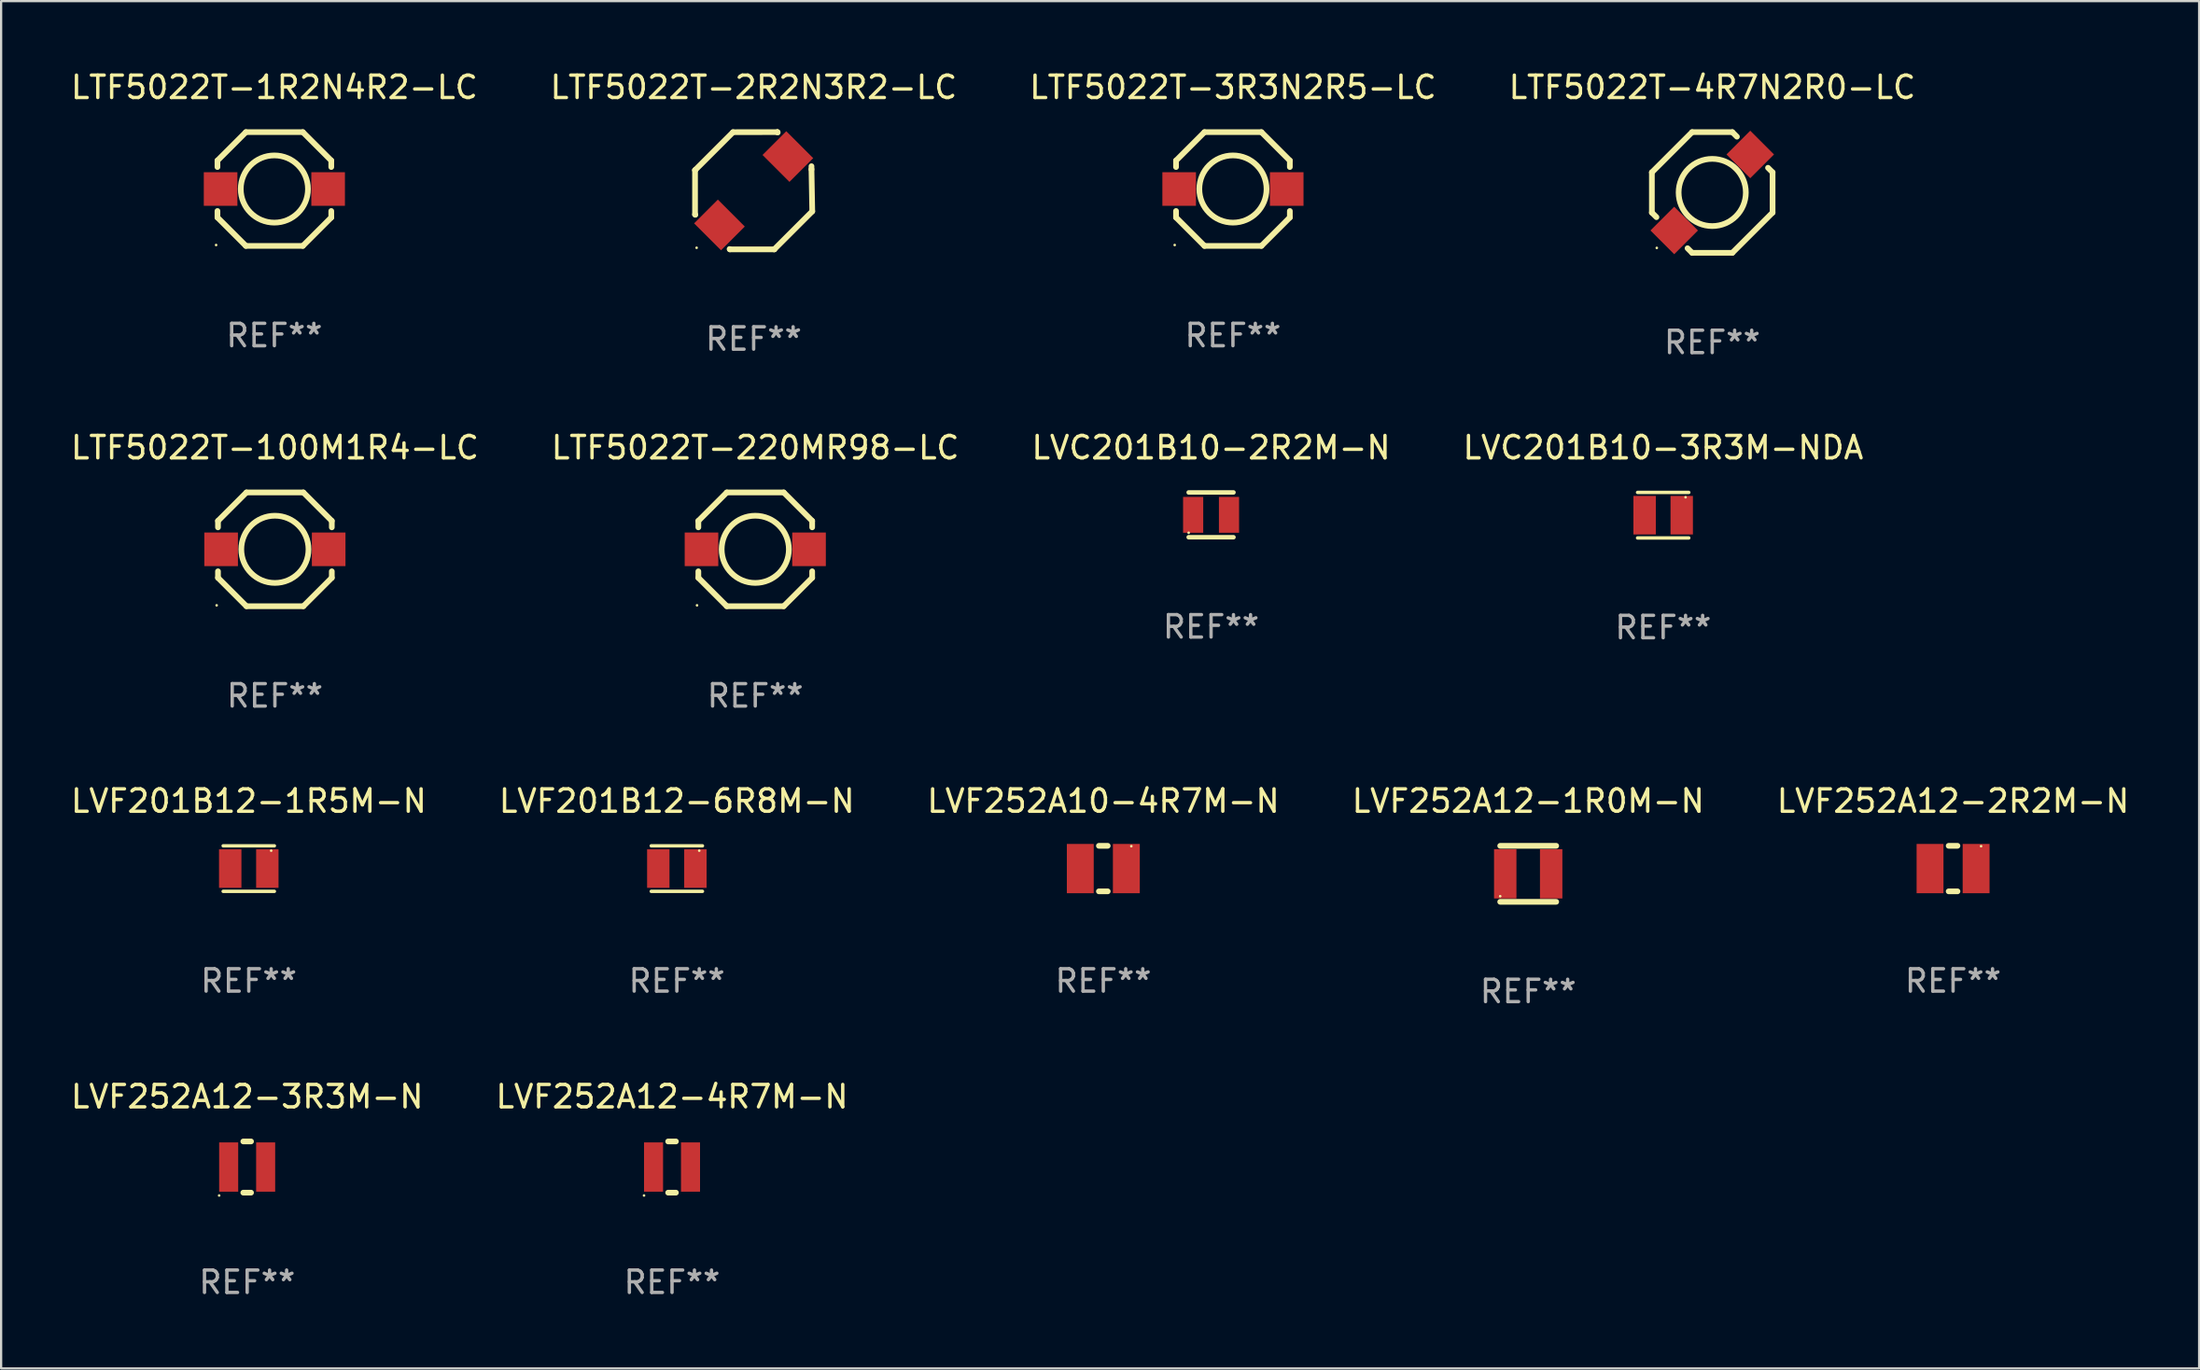
<source format=kicad_pcb>
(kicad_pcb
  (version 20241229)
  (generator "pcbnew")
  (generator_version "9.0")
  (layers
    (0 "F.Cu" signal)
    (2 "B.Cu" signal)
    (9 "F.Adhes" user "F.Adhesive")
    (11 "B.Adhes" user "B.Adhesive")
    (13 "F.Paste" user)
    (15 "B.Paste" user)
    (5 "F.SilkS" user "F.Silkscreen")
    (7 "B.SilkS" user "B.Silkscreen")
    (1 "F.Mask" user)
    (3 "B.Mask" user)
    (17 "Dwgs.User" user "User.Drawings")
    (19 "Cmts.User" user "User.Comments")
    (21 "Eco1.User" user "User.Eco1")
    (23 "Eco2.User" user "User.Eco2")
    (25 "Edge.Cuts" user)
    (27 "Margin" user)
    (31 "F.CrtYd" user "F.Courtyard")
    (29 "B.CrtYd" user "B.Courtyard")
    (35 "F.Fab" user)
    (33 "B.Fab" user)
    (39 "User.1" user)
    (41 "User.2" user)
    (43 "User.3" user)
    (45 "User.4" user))
  (footprint "LVF201B12-6R8M-N"
    (layer "F.Cu")
    (at 27.161 35.725)
    (property "Reference" "LVF201B12-6R8M-N" (at 0 -3.016 0) (layer "F.SilkS") (effects (font (size 1 1) (thickness 0.15))))
    (attr through_hole)
    (fp_line (start -1.143 -1.016) (end 1.143 -1.016) (stroke (width 0.152) (type solid)) (layer "F.SilkS"))
    (fp_line (start 1.143 1.016) (end -1.143 1.016) (stroke (width 0.152) (type solid)) (layer "F.SilkS"))
    (fp_circle (center 1 -0.8) (end 1.03 -0.8) (stroke (width 0.06) (type solid)) (fill no) (layer "F.SilkS"))
    (fp_text user "REF**" (at 0 5.016 0) (layer "F.Fab") (effects (font (size 1 1) (thickness 0.15))))
    (pad "1" smd rect (at 0.828 0) (size 1 1.72) (layers "F.Cu" "F.Mask" "F.Paste"))
    (pad "2" smd rect (at -0.828 0) (size 1 1.72) (layers "F.Cu" "F.Mask" "F.Paste")))
  (footprint "LVF252A12-4R7M-N"
    (layer "F.Cu")
    (at 26.946 49.049)
    (property "Reference" "LVF252A12-4R7M-N" (at 0 -3.143 0) (layer "F.SilkS") (effects (font (size 1 1) (thickness 0.15))))
    (attr through_hole)
    (fp_line (start -0.173 -1.143) (end 0.173 -1.143) (stroke (width 0.254) (type solid)) (layer "F.SilkS"))
    (fp_line (start -0.173 1.143) (end 0.173 1.143) (stroke (width 0.254) (type solid)) (layer "F.SilkS"))
    (fp_circle (center -1.25 1.27) (end -1.22 1.27) (stroke (width 0.06) (type solid)) (fill no) (layer "F.SilkS"))
    (fp_text user "REF**" (at 0 5.143 0) (layer "F.Fab") (effects (font (size 1 1) (thickness 0.15))))
    (pad "1" smd rect (at -0.825 0) (size 0.85 2.2) (layers "F.Cu" "F.Mask" "F.Paste"))
    (pad "2" smd rect (at 0.825 0) (size 0.85 2.2) (layers "F.Cu" "F.Mask" "F.Paste")))
  (footprint "LTF5022T-220MR98-LC"
    (layer "F.Cu")
    (at 30.661 21.473)
    (property "Reference" "LTF5022T-220MR98-LC" (at 0 -4.54 0) (layer "F.SilkS") (effects (font (size 1 1) (thickness 0.15))))
    (attr through_hole)
    (fp_line (start -2.54 -1.27) (end -1.27 -2.54) (stroke (width 0.254) (type solid)) (layer "F.SilkS"))
    (fp_line (start -2.54 -0.981) (end -2.54 -1.27) (stroke (width 0.254) (type solid)) (layer "F.SilkS"))
    (fp_line (start -2.54 1.27) (end -2.54 0.981) (stroke (width 0.254) (type solid)) (layer "F.SilkS"))
    (fp_line (start -1.27 -2.54) (end 1.27 -2.54) (stroke (width 0.254) (type solid)) (layer "F.SilkS"))
    (fp_line (start -1.27 2.54) (end -2.54 1.27) (stroke (width 0.254) (type solid)) (layer "F.SilkS"))
    (fp_line (start 1.27 -2.54) (end 2.54 -1.27) (stroke (width 0.254) (type solid)) (layer "F.SilkS"))
    (fp_line (start 1.27 2.54) (end -1.27 2.54) (stroke (width 0.254) (type solid)) (layer "F.SilkS"))
    (fp_line (start 2.54 -1.27) (end 2.54 -0.981) (stroke (width 0.254) (type solid)) (layer "F.SilkS"))
    (fp_line (start 2.54 0.981) (end 2.54 1.27) (stroke (width 0.254) (type solid)) (layer "F.SilkS"))
    (fp_line (start 2.54 1.27) (end 1.27 2.54) (stroke (width 0.254) (type solid)) (layer "F.SilkS"))
    (fp_circle (center -2.6 2.5) (end -2.57 2.5) (stroke (width 0.06) (type solid)) (fill no) (layer "F.SilkS"))
    (fp_circle (center 0.000076 0) (end 1.5 0) (stroke (width 0.254) (type solid)) (fill no) (layer "F.SilkS"))
    (fp_text user "REF**" (at 0 6.54 0) (layer "F.Fab") (effects (font (size 1 1) (thickness 0.15))))
    (pad "1" smd rect (at -2.4 0) (size 1.5 1.5) (layers "F.Cu" "F.Mask" "F.Paste"))
    (pad "2" smd rect (at 2.4 0) (size 1.5 1.5) (layers "F.Cu" "F.Mask" "F.Paste")))
  (footprint "LVF252A10-4R7M-N"
    (layer "F.Cu")
    (at 46.196 35.725)
    (property "Reference" "LVF252A10-4R7M-N" (at 0 -3.016 0) (layer "F.SilkS") (effects (font (size 1 1) (thickness 0.15))))
    (attr through_hole)
    (fp_line (start -0.197 1.016) (end 0.197 1.016) (stroke (width 0.254) (type solid)) (layer "F.SilkS"))
    (fp_line (start 0.197 -1.016) (end -0.197 -1.016) (stroke (width 0.254) (type solid)) (layer "F.SilkS"))
    (fp_circle (center 1.25 -1) (end 1.28 -1) (stroke (width 0.06) (type solid)) (fill no) (layer "F.SilkS"))
    (fp_text user "REF**" (at 0 5.016 0) (layer "F.Fab") (effects (font (size 1 1) (thickness 0.15))))
    (pad "1" smd rect (at 1.028 0) (size 1.2 2.2) (layers "F.Cu" "F.Mask" "F.Paste"))
    (pad "2" smd rect (at -1.028 0) (size 1.2 2.2) (layers "F.Cu" "F.Mask" "F.Paste")))
  (footprint "LVC201B10-2R2M-N"
    (layer "F.Cu")
    (at 51.006 19.933)
    (property "Reference" "LVC201B10-2R2M-N" (at 0 -3 0) (layer "F.SilkS") (effects (font (size 1 1) (thickness 0.15))))
    (attr through_hole)
    (fp_line (start -1 -1) (end 1 -1) (stroke (width 0.2) (type solid)) (layer "F.SilkS"))
    (fp_line (start -1 1) (end 1 1) (stroke (width 0.2) (type solid)) (layer "F.SilkS"))
    (fp_circle (center -1 0.8) (end -0.97 0.8) (stroke (width 0.06) (type solid)) (fill no) (layer "F.SilkS"))
    (fp_text user "REF**" (at 0 5 0) (layer "F.Fab") (effects (font (size 1 1) (thickness 0.15))))
    (pad "1" smd rect (at -0.8 0) (size 0.9 1.6) (layers "F.Cu" "F.Mask" "F.Paste"))
    (pad "2" smd rect (at 0.8 0) (size 0.9 1.6) (layers "F.Cu" "F.Mask" "F.Paste")))
  (footprint "LVF252A12-3R3M-N"
    (layer "F.Cu")
    (at 7.982 49.049)
    (property "Reference" "LVF252A12-3R3M-N" (at 0 -3.143 0) (layer "F.SilkS") (effects (font (size 1 1) (thickness 0.15))))
    (attr through_hole)
    (fp_line (start -0.173 -1.143) (end 0.173 -1.143) (stroke (width 0.254) (type solid)) (layer "F.SilkS"))
    (fp_line (start -0.173 1.143) (end 0.173 1.143) (stroke (width 0.254) (type solid)) (layer "F.SilkS"))
    (fp_circle (center -1.25 1.27) (end -1.22 1.27) (stroke (width 0.06) (type solid)) (fill no) (layer "F.SilkS"))
    (fp_text user "REF**" (at 0 5.143 0) (layer "F.Fab") (effects (font (size 1 1) (thickness 0.15))))
    (pad "1" smd rect (at -0.825 0) (size 0.85 2.2) (layers "F.Cu" "F.Mask" "F.Paste"))
    (pad "2" smd rect (at 0.825 0) (size 0.85 2.2) (layers "F.Cu" "F.Mask" "F.Paste")))
  (footprint "LTF5022T-1R2N4R2-LC"
    (layer "F.Cu")
    (at 9.196 5.388)
    (property "Reference" "LTF5022T-1R2N4R2-LC" (at 0 -4.54 0) (layer "F.SilkS") (effects (font (size 1 1) (thickness 0.15))))
    (attr through_hole)
    (fp_line (start -2.54 -1.27) (end -1.27 -2.54) (stroke (width 0.254) (type solid)) (layer "F.SilkS"))
    (fp_line (start -2.54 -0.981) (end -2.54 -1.27) (stroke (width 0.254) (type solid)) (layer "F.SilkS"))
    (fp_line (start -2.54 1.27) (end -2.54 0.981) (stroke (width 0.254) (type solid)) (layer "F.SilkS"))
    (fp_line (start -1.27 -2.54) (end 1.27 -2.54) (stroke (width 0.254) (type solid)) (layer "F.SilkS"))
    (fp_line (start -1.27 2.54) (end -2.54 1.27) (stroke (width 0.254) (type solid)) (layer "F.SilkS"))
    (fp_line (start 1.27 -2.54) (end 2.54 -1.27) (stroke (width 0.254) (type solid)) (layer "F.SilkS"))
    (fp_line (start 1.27 2.54) (end -1.27 2.54) (stroke (width 0.254) (type solid)) (layer "F.SilkS"))
    (fp_line (start 2.54 -1.27) (end 2.54 -0.981) (stroke (width 0.254) (type solid)) (layer "F.SilkS"))
    (fp_line (start 2.54 0.981) (end 2.54 1.27) (stroke (width 0.254) (type solid)) (layer "F.SilkS"))
    (fp_line (start 2.54 1.27) (end 1.27 2.54) (stroke (width 0.254) (type solid)) (layer "F.SilkS"))
    (fp_circle (center -2.6 2.5) (end -2.57 2.5) (stroke (width 0.06) (type solid)) (fill no) (layer "F.SilkS"))
    (fp_circle (center 0.000076 0) (end 1.5 0) (stroke (width 0.254) (type solid)) (fill no) (layer "F.SilkS"))
    (fp_text user "REF**" (at 0 6.54 0) (layer "F.Fab") (effects (font (size 1 1) (thickness 0.15))))
    (pad "1" smd rect (at -2.4 0) (size 1.5 1.5) (layers "F.Cu" "F.Mask" "F.Paste"))
    (pad "2" smd rect (at 2.4 0) (size 1.5 1.5) (layers "F.Cu" "F.Mask" "F.Paste")))
  (footprint "LTF5022T-100M1R4-LC"
    (layer "F.Cu")
    (at 9.22 21.473)
    (property "Reference" "LTF5022T-100M1R4-LC" (at 0 -4.54 0) (layer "F.SilkS") (effects (font (size 1 1) (thickness 0.15))))
    (attr through_hole)
    (fp_line (start -2.54 -1.27) (end -1.27 -2.54) (stroke (width 0.254) (type solid)) (layer "F.SilkS"))
    (fp_line (start -2.54 -0.981) (end -2.54 -1.27) (stroke (width 0.254) (type solid)) (layer "F.SilkS"))
    (fp_line (start -2.54 1.27) (end -2.54 0.981) (stroke (width 0.254) (type solid)) (layer "F.SilkS"))
    (fp_line (start -1.27 -2.54) (end 1.27 -2.54) (stroke (width 0.254) (type solid)) (layer "F.SilkS"))
    (fp_line (start -1.27 2.54) (end -2.54 1.27) (stroke (width 0.254) (type solid)) (layer "F.SilkS"))
    (fp_line (start 1.27 -2.54) (end 2.54 -1.27) (stroke (width 0.254) (type solid)) (layer "F.SilkS"))
    (fp_line (start 1.27 2.54) (end -1.27 2.54) (stroke (width 0.254) (type solid)) (layer "F.SilkS"))
    (fp_line (start 2.54 -1.27) (end 2.54 -0.981) (stroke (width 0.254) (type solid)) (layer "F.SilkS"))
    (fp_line (start 2.54 0.981) (end 2.54 1.27) (stroke (width 0.254) (type solid)) (layer "F.SilkS"))
    (fp_line (start 2.54 1.27) (end 1.27 2.54) (stroke (width 0.254) (type solid)) (layer "F.SilkS"))
    (fp_circle (center -2.6 2.5) (end -2.57 2.5) (stroke (width 0.06) (type solid)) (fill no) (layer "F.SilkS"))
    (fp_circle (center 0.000076 0) (end 1.5 0) (stroke (width 0.254) (type solid)) (fill no) (layer "F.SilkS"))
    (fp_text user "REF**" (at 0 6.54 0) (layer "F.Fab") (effects (font (size 1 1) (thickness 0.15))))
    (pad "1" smd rect (at -2.4 0) (size 1.5 1.5) (layers "F.Cu" "F.Mask" "F.Paste"))
    (pad "2" smd rect (at 2.4 0) (size 1.5 1.5) (layers "F.Cu" "F.Mask" "F.Paste")))
  (footprint "LTF5022T-3R3N2R5-LC"
    (layer "F.Cu")
    (at 51.982 5.388)
    (property "Reference" "LTF5022T-3R3N2R5-LC" (at 0 -4.54 0) (layer "F.SilkS") (effects (font (size 1 1) (thickness 0.15))))
    (attr through_hole)
    (fp_line (start -2.54 -1.27) (end -1.27 -2.54) (stroke (width 0.254) (type solid)) (layer "F.SilkS"))
    (fp_line (start -2.54 -0.981) (end -2.54 -1.27) (stroke (width 0.254) (type solid)) (layer "F.SilkS"))
    (fp_line (start -2.54 1.27) (end -2.54 0.981) (stroke (width 0.254) (type solid)) (layer "F.SilkS"))
    (fp_line (start -1.27 -2.54) (end 1.27 -2.54) (stroke (width 0.254) (type solid)) (layer "F.SilkS"))
    (fp_line (start -1.27 2.54) (end -2.54 1.27) (stroke (width 0.254) (type solid)) (layer "F.SilkS"))
    (fp_line (start 1.27 -2.54) (end 2.54 -1.27) (stroke (width 0.254) (type solid)) (layer "F.SilkS"))
    (fp_line (start 1.27 2.54) (end -1.27 2.54) (stroke (width 0.254) (type solid)) (layer "F.SilkS"))
    (fp_line (start 2.54 -1.27) (end 2.54 -0.981) (stroke (width 0.254) (type solid)) (layer "F.SilkS"))
    (fp_line (start 2.54 0.981) (end 2.54 1.27) (stroke (width 0.254) (type solid)) (layer "F.SilkS"))
    (fp_line (start 2.54 1.27) (end 1.27 2.54) (stroke (width 0.254) (type solid)) (layer "F.SilkS"))
    (fp_circle (center -2.6 2.5) (end -2.57 2.5) (stroke (width 0.06) (type solid)) (fill no) (layer "F.SilkS"))
    (fp_circle (center 0.000076 0) (end 1.5 0) (stroke (width 0.254) (type solid)) (fill no) (layer "F.SilkS"))
    (fp_text user "REF**" (at 0 6.54 0) (layer "F.Fab") (effects (font (size 1 1) (thickness 0.15))))
    (pad "1" smd rect (at -2.4 0) (size 1.5 1.5) (layers "F.Cu" "F.Mask" "F.Paste"))
    (pad "2" smd rect (at 2.4 0) (size 1.5 1.5) (layers "F.Cu" "F.Mask" "F.Paste")))
  (footprint "LVF201B12-1R5M-N"
    (layer "F.Cu")
    (at 8.054 35.725)
    (property "Reference" "LVF201B12-1R5M-N" (at 0 -3.016 0) (layer "F.SilkS") (effects (font (size 1 1) (thickness 0.15))))
    (attr through_hole)
    (fp_line (start -1.143 -1.016) (end 1.143 -1.016) (stroke (width 0.152) (type solid)) (layer "F.SilkS"))
    (fp_line (start 1.143 1.016) (end -1.143 1.016) (stroke (width 0.152) (type solid)) (layer "F.SilkS"))
    (fp_circle (center 1 -0.8) (end 1.03 -0.8) (stroke (width 0.06) (type solid)) (fill no) (layer "F.SilkS"))
    (fp_text user "REF**" (at 0 5.016 0) (layer "F.Fab") (effects (font (size 1 1) (thickness 0.15))))
    (pad "1" smd rect (at 0.828 0) (size 1 1.72) (layers "F.Cu" "F.Mask" "F.Paste"))
    (pad "2" smd rect (at -0.828 0) (size 1 1.72) (layers "F.Cu" "F.Mask" "F.Paste")))
  (footprint "LVF252A12-2R2M-N"
    (layer "F.Cu")
    (at 84.125 35.725)
    (property "Reference" "LVF252A12-2R2M-N" (at 0 -3.016 0) (layer "F.SilkS") (effects (font (size 1 1) (thickness 0.15))))
    (attr through_hole)
    (fp_line (start -0.197 1.016) (end 0.197 1.016) (stroke (width 0.254) (type solid)) (layer "F.SilkS"))
    (fp_line (start 0.197 -1.016) (end -0.197 -1.016) (stroke (width 0.254) (type solid)) (layer "F.SilkS"))
    (fp_circle (center 1.25 -1) (end 1.28 -1) (stroke (width 0.06) (type solid)) (fill no) (layer "F.SilkS"))
    (fp_text user "REF**" (at 0 5.016 0) (layer "F.Fab") (effects (font (size 1 1) (thickness 0.15))))
    (pad "1" smd rect (at 1.028 0) (size 1.2 2.2) (layers "F.Cu" "F.Mask" "F.Paste"))
    (pad "2" smd rect (at -1.028 0) (size 1.2 2.2) (layers "F.Cu" "F.Mask" "F.Paste")))
  (footprint "LVF252A12-1R0M-N"
    (layer "F.Cu")
    (at 65.161 35.959)
    (property "Reference" "LVF252A12-1R0M-N" (at 0 -3.25 0) (layer "F.SilkS") (effects (font (size 1 1) (thickness 0.15))))
    (attr through_hole)
    (fp_line (start -1.25 -1.25) (end 1.25 -1.25) (stroke (width 0.254) (type solid)) (layer "F.SilkS"))
    (fp_line (start -1.25 1.25) (end 1.25 1.25) (stroke (width 0.254) (type solid)) (layer "F.SilkS"))
    (fp_circle (center -1.25 1) (end -1.22 1) (stroke (width 0.06) (type solid)) (fill no) (layer "F.SilkS"))
    (fp_text user "REF**" (at 0 5.25 0) (layer "F.Fab") (effects (font (size 1 1) (thickness 0.15))))
    (pad "1" smd rect (at -1.025 0) (size 1 2.2) (layers "F.Cu" "F.Mask" "F.Paste"))
    (pad "2" smd rect (at 1.025 0) (size 1 2.2) (layers "F.Cu" "F.Mask" "F.Paste")))
  (footprint "LTF5022T-4R7N2R0-LC"
    (layer "F.Cu")
    (at 73.375 5.542)
    (property "Reference" "LTF5022T-4R7N2R0-LC" (at 0 -4.694 0) (layer "F.SilkS") (effects (font (size 1 1) (thickness 0.15))))
    (attr through_hole)
    (fp_line (start -2.694 -0.898) (end -0.898 -2.694) (stroke (width 0.254) (type solid)) (layer "F.SilkS"))
    (fp_line (start -2.694 0.898) (end -2.694 -0.898) (stroke (width 0.254) (type solid)) (layer "F.SilkS"))
    (fp_line (start -2.49 1.102) (end -2.694 0.898) (stroke (width 0.254) (type solid)) (layer "F.SilkS"))
    (fp_line (start -0.898 -2.694) (end 0.898 -2.694) (stroke (width 0.254) (type solid)) (layer "F.SilkS"))
    (fp_line (start -0.898 2.694) (end -1.102 2.49) (stroke (width 0.254) (type solid)) (layer "F.SilkS"))
    (fp_line (start 0.898 -2.694) (end 1.102 -2.49) (stroke (width 0.254) (type solid)) (layer "F.SilkS"))
    (fp_line (start 0.898 2.694) (end -0.898 2.694) (stroke (width 0.254) (type solid)) (layer "F.SilkS"))
    (fp_line (start 2.49 -1.102) (end 2.694 -0.898) (stroke (width 0.254) (type solid)) (layer "F.SilkS"))
    (fp_line (start 2.694 -0.898) (end 2.694 0.898) (stroke (width 0.254) (type solid)) (layer "F.SilkS"))
    (fp_line (start 2.694 0.898) (end 0.898 2.694) (stroke (width 0.254) (type solid)) (layer "F.SilkS"))
    (fp_circle (center -2.475 2.475) (end -2.445 2.475) (stroke (width 0.06) (type solid)) (fill no) (layer "F.SilkS"))
    (fp_circle (center 0.000025 -0.000025) (end 1.5 -0.000025) (stroke (width 0.254) (type solid)) (fill no) (layer "F.SilkS"))
    (fp_text user "REF**" (at 0 6.694 0) (layer "F.Fab") (effects (font (size 1 1) (thickness 0.15))))
    (pad "1" smd rect (at -1.697 1.697 45) (size 1.5 1.5) (layers "F.Cu" "F.Mask" "F.Paste"))
    (pad "2" smd rect (at 1.697 -1.697 45) (size 1.5 1.5) (layers "F.Cu" "F.Mask" "F.Paste")))
  (footprint "LVC201B10-3R3M-NDA"
    (layer "F.Cu")
    (at 71.185 19.949)
    (property "Reference" "LVC201B10-3R3M-NDA" (at 0 -3.016 0) (layer "F.SilkS") (effects (font (size 1 1) (thickness 0.15))))
    (attr through_hole)
    (fp_line (start -1.143 -1.016) (end 1.143 -1.016) (stroke (width 0.152) (type solid)) (layer "F.SilkS"))
    (fp_line (start 1.143 1.016) (end -1.143 1.016) (stroke (width 0.152) (type solid)) (layer "F.SilkS"))
    (fp_circle (center 1 -0.8) (end 1.03 -0.8) (stroke (width 0.06) (type solid)) (fill no) (layer "F.SilkS"))
    (fp_text user "REF**" (at 0 5.016 0) (layer "F.Fab") (effects (font (size 1 1) (thickness 0.15))))
    (pad "1" smd rect (at 0.828 0) (size 1 1.72) (layers "F.Cu" "F.Mask" "F.Paste"))
    (pad "2" smd rect (at -0.828 0) (size 1 1.72) (layers "F.Cu" "F.Mask" "F.Paste")))
  (footprint "LTF5022T-2R2N3R2-LC"
    (layer "F.Cu")
    (at 30.589 5.465)
    (property "Reference" "LTF5022T-2R2N3R2-LC" (at 0 -4.617 0) (layer "F.SilkS") (effects (font (size 1 1) (thickness 0.15))))
    (attr through_hole)
    (fp_line (start -2.616 -0.919) (end -2.616 -0.919) (stroke (width 0.254) (type solid)) (layer "F.SilkS"))
    (fp_line (start -2.616 -0.919) (end -0.919 -2.616) (stroke (width 0.254) (type solid)) (layer "F.SilkS"))
    (fp_line (start -2.616 1.061) (end -2.616 -0.919) (stroke (width 0.254) (type solid)) (layer "F.SilkS"))
    (fp_line (start -2.603 1.074) (end -2.616 1.061) (stroke (width 0.254) (type solid)) (layer "F.SilkS"))
    (fp_line (start -1.061 2.617) (end -1.074 2.603) (stroke (width 0.254) (type solid)) (layer "F.SilkS"))
    (fp_line (start -0.92 -2.615) (end 1.061 -2.617) (stroke (width 0.254) (type solid)) (layer "F.SilkS"))
    (fp_line (start 0.919 2.617) (end -1.061 2.617) (stroke (width 0.254) (type solid)) (layer "F.SilkS"))
    (fp_line (start 0.919 2.617) (end 0.919 2.617) (stroke (width 0.254) (type solid)) (layer "F.SilkS"))
    (fp_line (start 1.061 -2.616) (end 1.074 -2.603) (stroke (width 0.254) (type solid)) (layer "F.SilkS"))
    (fp_line (start 1.061 -2.617) (end 1.061 -2.617) (stroke (width 0.254) (type solid)) (layer "F.SilkS"))
    (fp_line (start 2.581 -0.954) (end 2.616 0.92) (stroke (width 0.254) (type solid)) (layer "F.SilkS"))
    (fp_line (start 2.581 -1.096) (end 2.581 -0.954) (stroke (width 0.254) (type solid)) (layer "F.SilkS"))
    (fp_line (start 2.616 0.92) (end 0.919 2.617) (stroke (width 0.254) (type solid)) (layer "F.SilkS"))
    (fp_circle (center -2.546 2.546) (end -2.516 2.546) (stroke (width 0.06) (type solid)) (fill no) (layer "F.SilkS"))
    (fp_text user "REF**" (at 0 6.617 0) (layer "F.Fab") (effects (font (size 1 1) (thickness 0.15))))
    (pad "1" smd rect (at -1.527 1.527 45) (size 1.5 1.7) (layers "F.Cu" "F.Mask" "F.Paste"))
    (pad "2" smd rect (at 1.527 -1.526 45) (size 1.5 1.7) (layers "F.Cu" "F.Mask" "F.Paste")))
  (gr_rect
    (start -3 -3)
    (end 95.107 58.04)
    (stroke (width 0.1) (type default))
    (fill no)
    (layer "Edge.Cuts")))
</source>
